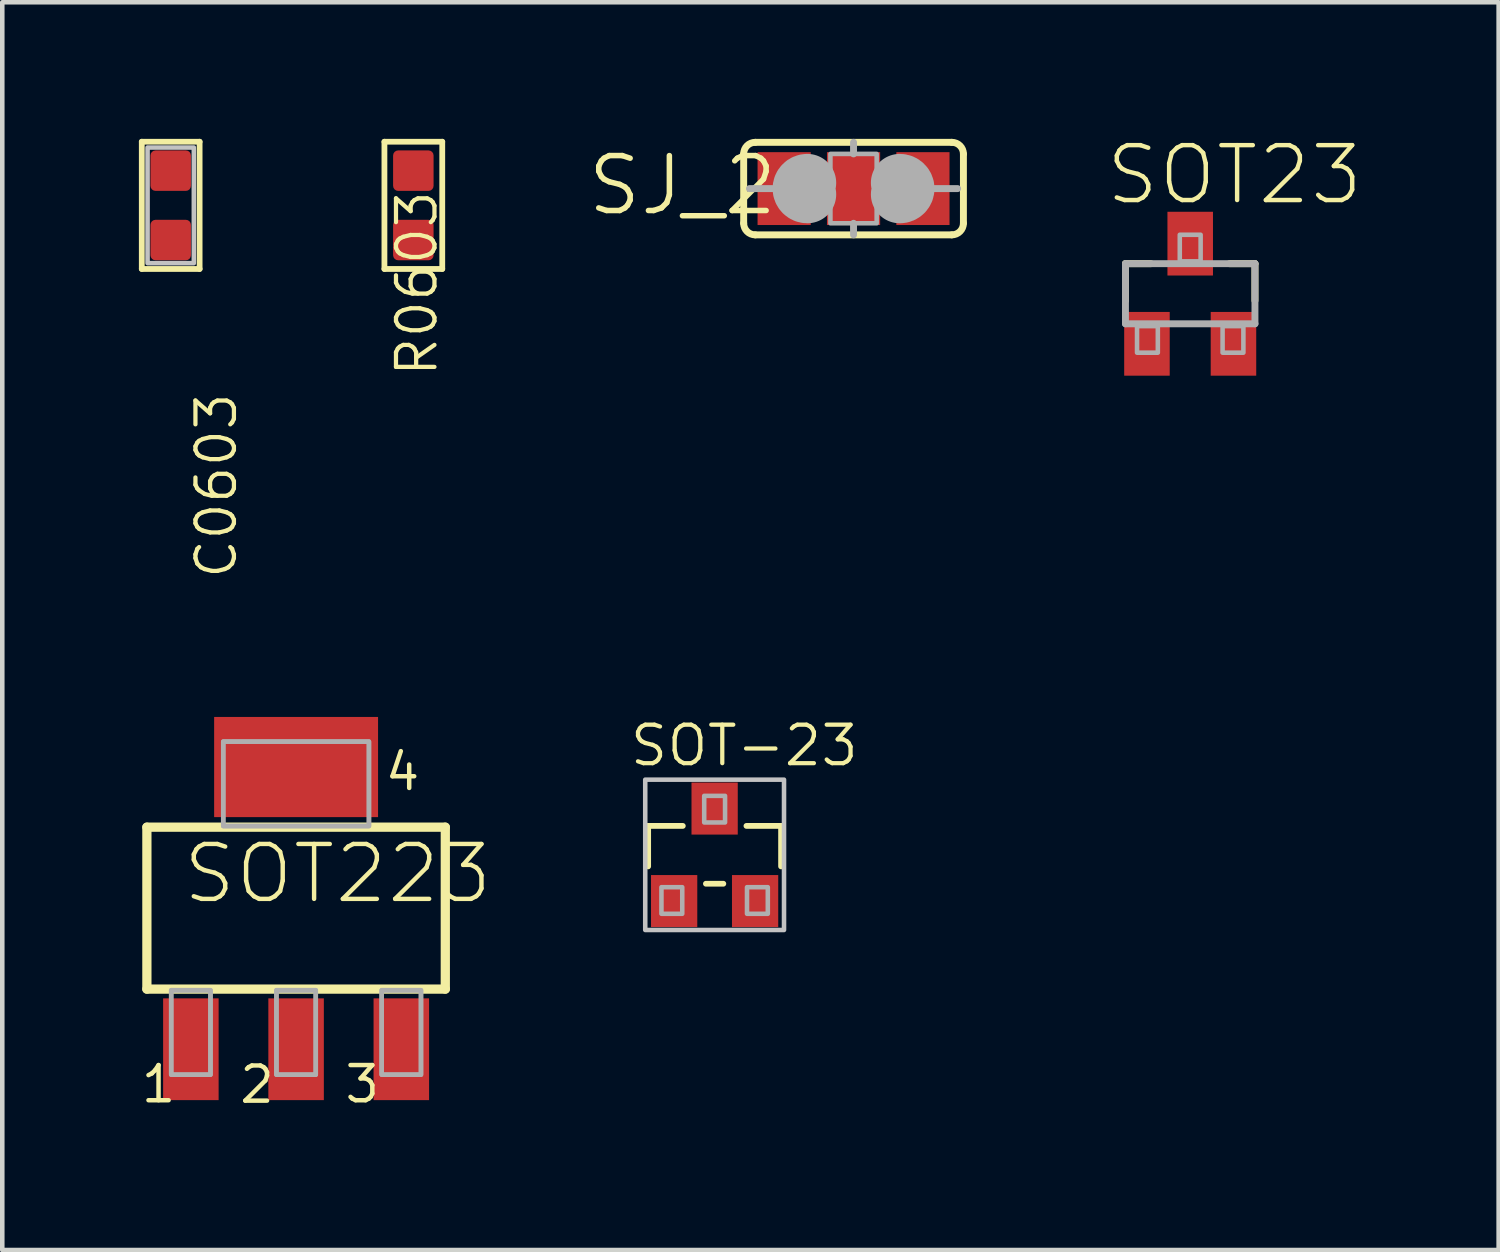
<source format=kicad_pcb>
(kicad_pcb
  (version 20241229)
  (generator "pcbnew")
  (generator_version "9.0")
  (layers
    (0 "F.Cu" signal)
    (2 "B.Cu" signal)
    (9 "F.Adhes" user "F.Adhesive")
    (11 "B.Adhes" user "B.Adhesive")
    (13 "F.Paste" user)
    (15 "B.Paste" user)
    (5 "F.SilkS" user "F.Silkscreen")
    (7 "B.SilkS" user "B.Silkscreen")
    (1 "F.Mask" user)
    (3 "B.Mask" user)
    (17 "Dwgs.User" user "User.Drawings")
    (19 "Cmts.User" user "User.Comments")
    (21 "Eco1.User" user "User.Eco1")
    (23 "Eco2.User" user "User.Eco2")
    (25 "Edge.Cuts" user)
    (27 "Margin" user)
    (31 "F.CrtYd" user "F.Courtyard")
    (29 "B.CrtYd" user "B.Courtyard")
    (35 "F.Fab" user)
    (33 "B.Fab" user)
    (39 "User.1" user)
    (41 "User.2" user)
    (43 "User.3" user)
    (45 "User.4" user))
  (footprint "SOT-23"
    (layer "F.Cu")
    (at 12.645 15.724)
    (property "Reference" "SOT-23" (at -1.905 -1.905 180) (layer "F.SilkS") (effects (font (size 0.845 0.845) (thickness 0.093)) (justify left bottom)))
    (attr through_hole)
    (fp_line (start -1.46 -0.635) (end -1.46 0.254) (stroke (width 0.127) (type solid)) (layer "F.SilkS"))
    (fp_line (start -0.699 -0.635) (end -1.46 -0.635) (stroke (width 0.127) (type solid)) (layer "F.SilkS"))
    (fp_line (start -0.191 0.635) (end 0.191 0.635) (stroke (width 0.127) (type solid)) (layer "F.SilkS"))
    (fp_line (start 1.46 -0.635) (end 0.699 -0.635) (stroke (width 0.127) (type solid)) (layer "F.SilkS"))
    (fp_line (start 1.46 0.254) (end 1.46 -0.635) (stroke (width 0.127) (type solid)) (layer "F.SilkS"))
    (fp_poly (pts (xy -1.524 1.651) (xy 1.524 1.651) (xy 1.524 -1.651) (xy -1.524 -1.651)) (stroke (width 0.1) (type solid)) (fill no) (layer "Dwgs.User"))
    (fp_poly (pts (xy -1.168 1.295) (xy -0.711 1.295) (xy -0.711 0.711) (xy -1.168 0.711)) (stroke (width 0.1) (type solid)) (fill no) (layer "F.Fab"))
    (fp_poly (pts (xy -0.229 -0.711) (xy 0.229 -0.711) (xy 0.229 -1.295) (xy -0.229 -1.295)) (stroke (width 0.1) (type solid)) (fill no) (layer "F.Fab"))
    (fp_poly (pts (xy 0.711 1.295) (xy 1.168 1.295) (xy 1.168 0.711) (xy 0.711 0.711)) (stroke (width 0.1) (type solid)) (fill no) (layer "F.Fab"))
    (pad "1" smd rect (at -0.889 1.016 180) (size 1.016 1.143) (layers "F.Cu" "F.Mask" "F.Paste"))
    (pad "2" smd rect (at 0.889 1.016) (size 1.016 1.143) (layers "F.Cu" "F.Mask" "F.Paste"))
    (pad "3" smd rect (at 0 -1.016) (size 1.016 1.143) (layers "F.Cu" "F.Mask" "F.Paste")))
  (footprint "SOT23"
    (layer "F.Cu")
    (at 23.09 3.401)
    (property "Reference" "SOT23" (at -1.905 -1.905 0) (layer "F.SilkS") (effects (font (size 1.206 1.206) (thickness 0.097)) (justify left bottom)))
    (attr through_hole)
    (fp_line (start -1.422 -0.66) (end -0.864 -0.66) (stroke (width 0.152) (type solid)) (layer "F.SilkS"))
    (fp_line (start -1.422 0.152) (end -1.422 -0.66) (stroke (width 0.152) (type solid)) (layer "F.SilkS"))
    (fp_line (start 0.864 -0.66) (end 1.422 -0.66) (stroke (width 0.152) (type solid)) (layer "F.SilkS"))
    (fp_line (start 1.422 -0.66) (end 1.422 0.152) (stroke (width 0.152) (type solid)) (layer "F.SilkS"))
    (fp_line (start -1.422 -0.66) (end 1.422 -0.66) (stroke (width 0.152) (type solid)) (layer "F.Fab"))
    (fp_line (start -1.422 0.66) (end -1.422 -0.66) (stroke (width 0.152) (type solid)) (layer "F.Fab"))
    (fp_line (start 1.422 -0.66) (end 1.422 0.66) (stroke (width 0.152) (type solid)) (layer "F.Fab"))
    (fp_line (start 1.422 0.66) (end -1.422 0.66) (stroke (width 0.152) (type solid)) (layer "F.Fab"))
    (fp_poly (pts (xy -1.168 1.295) (xy -0.711 1.295) (xy -0.711 0.711) (xy -1.168 0.711)) (stroke (width 0.1) (type solid)) (fill no) (layer "F.Fab"))
    (fp_poly (pts (xy -0.229 -0.711) (xy 0.229 -0.711) (xy 0.229 -1.295) (xy -0.229 -1.295)) (stroke (width 0.1) (type solid)) (fill no) (layer "F.Fab"))
    (fp_poly (pts (xy 0.711 1.295) (xy 1.168 1.295) (xy 1.168 0.711) (xy 0.711 0.711)) (stroke (width 0.1) (type solid)) (fill no) (layer "F.Fab"))
    (pad "1" smd rect (at -0.95 1.1) (size 1 1.4) (layers "F.Cu" "F.Mask" "F.Paste"))
    (pad "2" smd rect (at 0.95 1.1) (size 1 1.4) (layers "F.Cu" "F.Mask" "F.Paste"))
    (pad "3" smd rect (at 0 -1.1) (size 1 1.4) (layers "F.Cu" "F.Mask" "F.Paste")))
  (footprint "SJ_2"
    (layer "F.Cu")
    (at 15.696 1.092)
    (property "Reference" "SJ_2" (at -5.905 0.635 180) (layer "F.SilkS") (effects (font (size 1.206 1.206) (thickness 0.121)) (justify left bottom)))
    (attr through_hole)
    (fp_line (start -2.413 0.762) (end -2.413 -0.762) (stroke (width 0.152) (type solid)) (layer "F.SilkS"))
    (fp_line (start -2.159 -1.016) (end 2.159 -1.016) (stroke (width 0.152) (type solid)) (layer "F.SilkS"))
    (fp_line (start 2.159 1.016) (end -2.159 1.016) (stroke (width 0.152) (type solid)) (layer "F.SilkS"))
    (fp_line (start 2.413 0.762) (end 2.413 -0.762) (stroke (width 0.152) (type solid)) (layer "F.SilkS"))
    (fp_arc (start -2.413 -0.762) (mid -2.338605 -0.941605) (end -2.159 -1.016) (stroke (width 0.1524) (type solid)) (layer "F.SilkS"))
    (fp_arc (start -2.159 1.016) (mid -2.338605 0.941605) (end -2.413 0.762) (stroke (width 0.1524) (type solid)) (layer "F.SilkS"))
    (fp_arc (start 2.159 -1.016) (mid 2.338605 -0.941605) (end 2.413 -0.762) (stroke (width 0.1524) (type solid)) (layer "F.SilkS"))
    (fp_arc (start 2.413 0.762) (mid 2.338605 0.941605) (end 2.159 1.016) (stroke (width 0.1524) (type solid)) (layer "F.SilkS"))
    (fp_line (start -1.778 0) (end -2.286 0) (stroke (width 0.152) (type solid)) (layer "F.Fab"))
    (fp_line (start 0 -0.762) (end 0 -1.016) (stroke (width 0.152) (type solid)) (layer "F.Fab"))
    (fp_line (start 0 1.016) (end 0 0.762) (stroke (width 0.152) (type solid)) (layer "F.Fab"))
    (fp_line (start 1.778 0) (end 2.286 0) (stroke (width 0.152) (type solid)) (layer "F.Fab"))
    (fp_arc (start -1.016 0.127) (mid -1.143 0) (end -1.016 -0.127) (stroke (width 1.27) (type solid)) (layer "F.Fab"))
    (fp_arc (start 1.016 -0.127) (mid 1.143 0) (end 1.016 0.127) (stroke (width 1.27) (type solid)) (layer "F.Fab"))
    (fp_poly (pts (xy -0.508 0.762) (xy 0.508 0.762) (xy 0.508 -0.762) (xy -0.508 -0.762)) (stroke (width 0.1) (type solid)) (fill no) (layer "F.Fab"))
    (pad "1" smd rect (at -1.524 0) (size 1.168 1.6) (layers "F.Cu" "F.Mask" "F.Paste"))
    (pad "2" smd rect (at 0 0) (size 1.168 1.6) (layers "F.Cu" "F.Mask" "F.Paste"))
    (pad "3" smd rect (at 1.524 0) (size 1.168 1.6) (layers "F.Cu" "F.Mask" "F.Paste")))
  (footprint "C0603"
    (layer "F.Cu")
    (at 0.699 1.46)
    (property "Reference" "C0603" (at 0.508 4.064 270) (layer "F.SilkS") (effects (font (size 0.845 0.845) (thickness 0.093)) (justify right top)))
    (attr through_hole)
    (fp_line (start -0.635 -1.397) (end 0.635 -1.397) (stroke (width 0.127) (type solid)) (layer "F.SilkS"))
    (fp_line (start -0.635 1.397) (end -0.635 -1.397) (stroke (width 0.127) (type solid)) (layer "F.SilkS"))
    (fp_line (start 0.635 -1.397) (end 0.635 1.397) (stroke (width 0.127) (type solid)) (layer "F.SilkS"))
    (fp_line (start 0.635 1.397) (end -0.635 1.397) (stroke (width 0.127) (type solid)) (layer "F.SilkS"))
    (fp_poly (pts (xy -0.508 -1.27) (xy -0.508 1.27) (xy 0.508 1.27) (xy 0.508 -1.27)) (stroke (width 0.1) (type solid)) (fill no) (layer "Dwgs.User"))
    (pad "1" smd roundrect (at 0 -0.762 270) (size 0.889 0.889) (layers "F.Cu" "F.Mask" "F.Paste") (roundrect_rratio 0.125))
    (pad "2" smd roundrect (at 0 0.762 270) (size 0.889 0.889) (layers "F.Cu" "F.Mask" "F.Paste") (roundrect_rratio 0.125)))
  (footprint "R0603"
    (layer "F.Cu")
    (at 6.028 1.46)
    (property "Reference" "R0603" (at 0.572 3.81 270) (layer "F.SilkS") (effects (font (size 0.845 0.845) (thickness 0.093)) (justify left bottom)))
    (attr through_hole)
    (fp_line (start -0.635 -1.397) (end 0.635 -1.397) (stroke (width 0.127) (type solid)) (layer "F.SilkS"))
    (fp_line (start -0.635 1.397) (end -0.635 -1.397) (stroke (width 0.127) (type solid)) (layer "F.SilkS"))
    (fp_line (start 0.635 -1.397) (end 0.635 1.397) (stroke (width 0.127) (type solid)) (layer "F.SilkS"))
    (fp_line (start 0.635 1.397) (end -0.635 1.397) (stroke (width 0.127) (type solid)) (layer "F.SilkS"))
    (pad "1" smd roundrect (at 0 -0.762 270) (size 0.889 0.889) (layers "F.Cu" "F.Mask" "F.Paste") (roundrect_rratio 0.125))
    (pad "2" smd roundrect (at 0 0.762 270) (size 0.889 0.889) (layers "F.Cu" "F.Mask" "F.Paste") (roundrect_rratio 0.125)))
  (footprint "SOT223"
    (layer "F.Cu")
    (at 3.453 16.895)
    (property "Reference" "SOT223" (at -2.54 -0.051 180) (layer "F.SilkS") (effects (font (size 1.206 1.206) (thickness 0.097)) (justify left bottom)))
    (attr through_hole)
    (fp_line (start -3.277 -1.778) (end 3.277 -1.778) (stroke (width 0.203) (type solid)) (layer "F.SilkS"))
    (fp_line (start -3.277 1.778) (end -3.277 -1.778) (stroke (width 0.203) (type solid)) (layer "F.SilkS"))
    (fp_line (start 3.277 -1.778) (end 3.277 1.778) (stroke (width 0.203) (type solid)) (layer "F.SilkS"))
    (fp_line (start 3.277 1.778) (end -3.277 1.778) (stroke (width 0.203) (type solid)) (layer "F.SilkS"))
    (fp_poly (pts (xy -2.743 3.658) (xy -1.88 3.658) (xy -1.88 1.803) (xy -2.743 1.803)) (stroke (width 0.1) (type solid)) (fill no) (layer "F.Fab"))
    (fp_poly (pts (xy -2.743 3.658) (xy -1.88 3.658) (xy -1.88 1.803) (xy -2.743 1.803)) (stroke (width 0.1) (type solid)) (fill no) (layer "F.Fab"))
    (fp_poly (pts (xy -1.6 -1.803) (xy 1.6 -1.803) (xy 1.6 -3.658) (xy -1.6 -3.658)) (stroke (width 0.1) (type solid)) (fill no) (layer "F.Fab"))
    (fp_poly (pts (xy -1.6 -1.803) (xy 1.6 -1.803) (xy 1.6 -3.658) (xy -1.6 -3.658)) (stroke (width 0.1) (type solid)) (fill no) (layer "F.Fab"))
    (fp_poly (pts (xy -0.432 3.658) (xy 0.432 3.658) (xy 0.432 1.803) (xy -0.432 1.803)) (stroke (width 0.1) (type solid)) (fill no) (layer "F.Fab"))
    (fp_poly (pts (xy -0.432 3.658) (xy 0.432 3.658) (xy 0.432 1.803) (xy -0.432 1.803)) (stroke (width 0.1) (type solid)) (fill no) (layer "F.Fab"))
    (fp_poly (pts (xy 1.88 3.658) (xy 2.743 3.658) (xy 2.743 1.803) (xy 1.88 1.803)) (stroke (width 0.1) (type solid)) (fill no) (layer "F.Fab"))
    (fp_poly (pts (xy 1.88 3.658) (xy 2.743 3.658) (xy 2.743 1.803) (xy 1.88 1.803)) (stroke (width 0.1) (type solid)) (fill no) (layer "F.Fab"))
    (fp_text user "2" (at -1.291 4.327 0) (layer "F.SilkS") (effects (font (size 0.772 0.772) (thickness 0.098)) (justify left bottom)))
    (fp_text user "4" (at 1.905 -2.54 0) (layer "F.SilkS") (effects (font (size 0.772 0.772) (thickness 0.098)) (justify left bottom)))
    (fp_text user "1" (at -3.453 4.318 0) (layer "F.SilkS") (effects (font (size 0.772 0.772) (thickness 0.098)) (justify left bottom)))
    (fp_text user "3" (at 1.021 4.318 0) (layer "F.SilkS") (effects (font (size 0.772 0.772) (thickness 0.098)) (justify left bottom)))
    (pad "1" smd rect (at -2.311 3.099) (size 1.219 2.235) (layers "F.Cu" "F.Mask" "F.Paste"))
    (pad "2" smd rect (at 0 3.099) (size 1.219 2.235) (layers "F.Cu" "F.Mask" "F.Paste"))
    (pad "3" smd rect (at 2.311 3.099) (size 1.219 2.235) (layers "F.Cu" "F.Mask" "F.Paste"))
    (pad "4" smd rect (at 0 -3.099) (size 3.6 2.2) (layers "F.Cu" "F.Mask" "F.Paste")))
  (gr_rect
    (start -3 -3)
    (end 29.864 24.404)
    (stroke (width 0.1) (type default))
    (fill no)
    (layer "Edge.Cuts")))
</source>
